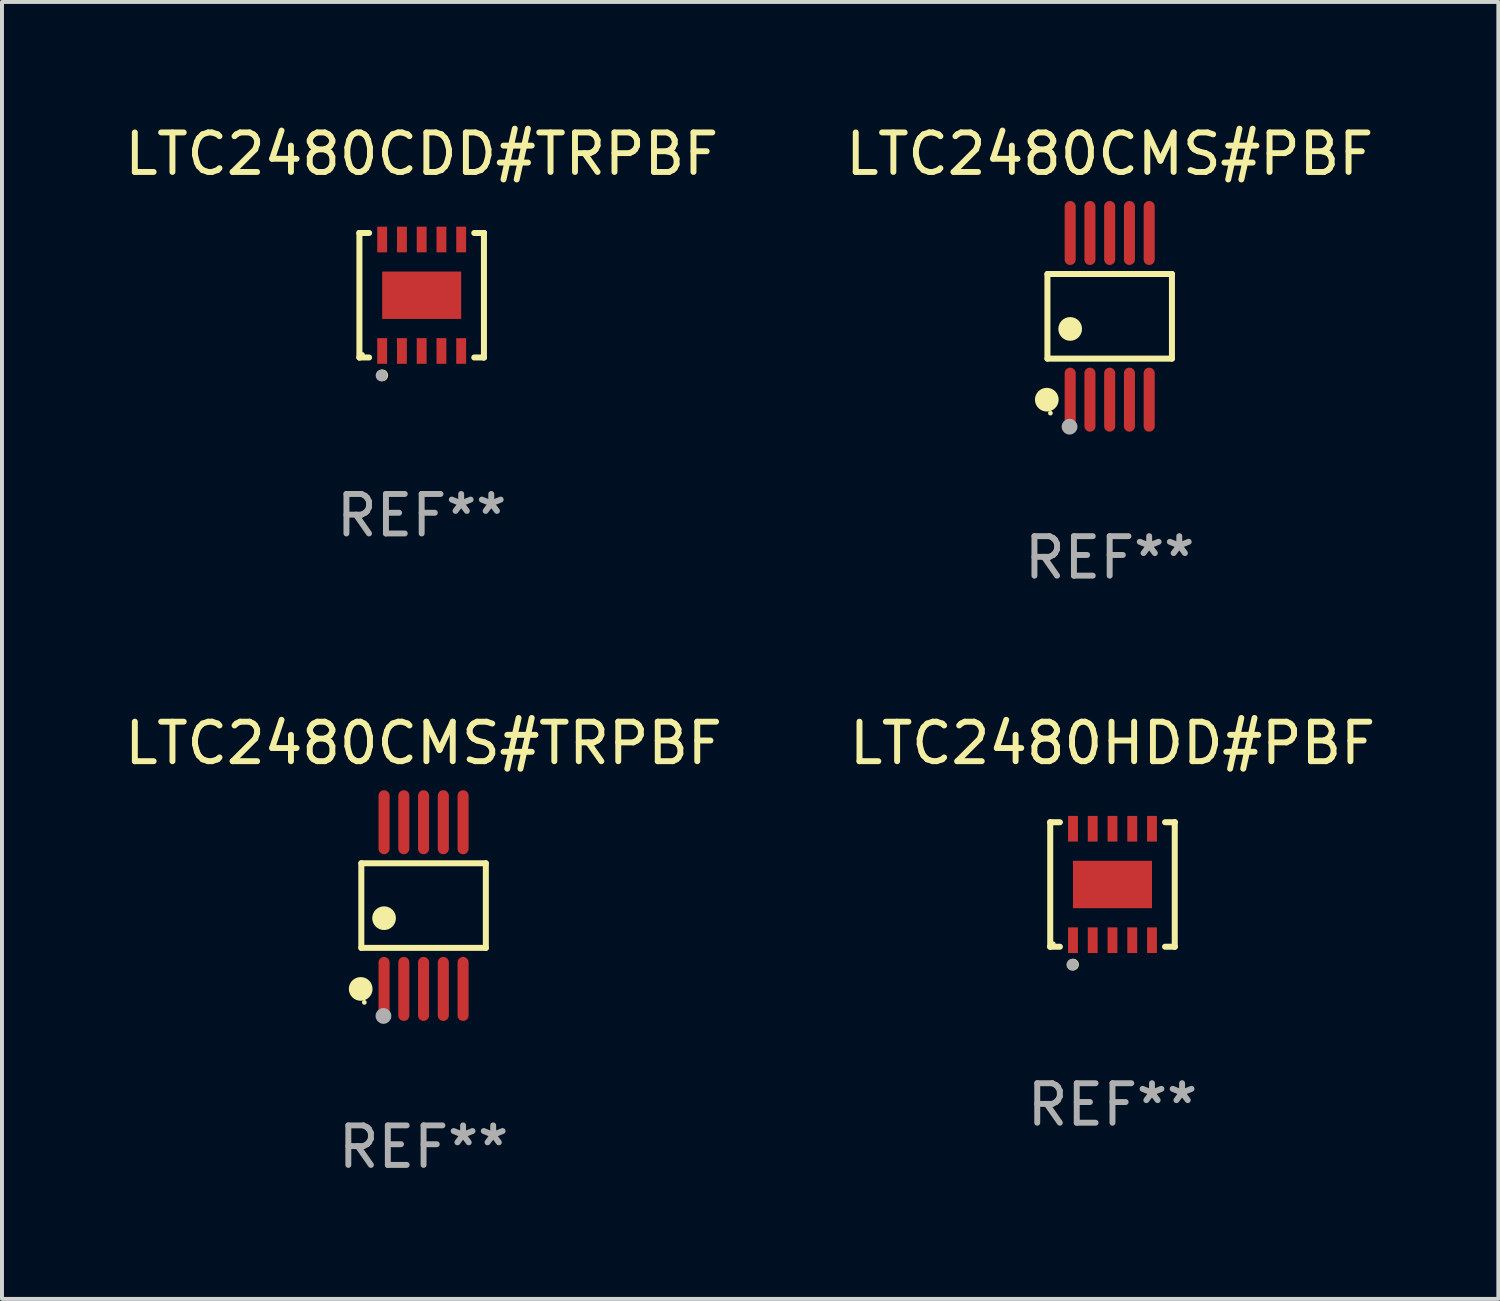
<source format=kicad_pcb>
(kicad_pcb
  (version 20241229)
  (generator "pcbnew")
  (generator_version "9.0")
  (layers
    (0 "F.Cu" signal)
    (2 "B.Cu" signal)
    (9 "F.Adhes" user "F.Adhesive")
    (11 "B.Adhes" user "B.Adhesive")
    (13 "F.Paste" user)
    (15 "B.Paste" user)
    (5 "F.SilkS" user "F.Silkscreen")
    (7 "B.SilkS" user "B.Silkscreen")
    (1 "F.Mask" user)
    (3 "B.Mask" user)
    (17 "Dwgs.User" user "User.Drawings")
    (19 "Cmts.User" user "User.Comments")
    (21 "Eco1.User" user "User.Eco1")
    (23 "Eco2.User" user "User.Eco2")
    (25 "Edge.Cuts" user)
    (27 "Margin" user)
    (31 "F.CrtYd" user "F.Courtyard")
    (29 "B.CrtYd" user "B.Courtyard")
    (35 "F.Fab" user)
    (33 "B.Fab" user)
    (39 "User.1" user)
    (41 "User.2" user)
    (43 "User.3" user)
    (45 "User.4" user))
  (footprint "LTC2480HDD#PBF"
    (layer "F.Cu")
    (at 25.113 19.341)
    (property "Reference" "LTC2480HDD#PBF" (at 0 -3.576 0) (layer "F.SilkS") (effects (font (size 1 1) (thickness 0.15))))
    (attr through_hole)
    (fp_line (start -1.576 -1.576) (end -1.576 -1.576) (stroke (width 0.152) (type solid)) (layer "F.SilkS"))
    (fp_line (start -1.576 -1.576) (end -1.331 -1.576) (stroke (width 0.152) (type solid)) (layer "F.SilkS"))
    (fp_line (start -1.576 1.576) (end -1.576 -1.576) (stroke (width 0.152) (type solid)) (layer "F.SilkS"))
    (fp_line (start -1.576 1.576) (end -1.576 1.576) (stroke (width 0.152) (type solid)) (layer "F.SilkS"))
    (fp_line (start -1.331 1.576) (end -1.576 1.576) (stroke (width 0.152) (type solid)) (layer "F.SilkS"))
    (fp_line (start 1.331 1.576) (end 1.576 1.576) (stroke (width 0.152) (type solid)) (layer "F.SilkS"))
    (fp_line (start 1.576 -1.576) (end 1.331 -1.576) (stroke (width 0.152) (type solid)) (layer "F.SilkS"))
    (fp_line (start 1.576 -1.576) (end 1.576 -1.576) (stroke (width 0.152) (type solid)) (layer "F.SilkS"))
    (fp_line (start 1.576 1.576) (end 1.576 -1.576) (stroke (width 0.152) (type solid)) (layer "F.SilkS"))
    (fp_line (start 1.576 1.576) (end 1.576 1.576) (stroke (width 0.152) (type solid)) (layer "F.SilkS"))
    (fp_circle (center -1.5 1.5) (end -1.47 1.5) (stroke (width 0.06) (type solid)) (fill no) (layer "F.SilkS"))
    (fp_circle (center -1 2.028) (end -0.925 2.028) (stroke (width 0.15) (type solid)) (fill no) (layer "F.SilkS"))
    (fp_circle (center -1.016 2.032) (end -0.941 2.032) (stroke (width 0.15) (type solid)) (fill no) (layer "F.Fab"))
    (fp_text user "REF**" (at 0 5.576 0) (layer "F.Fab") (effects (font (size 1 1) (thickness 0.15))))
    (pad "1" smd rect (at -1 1.411) (size 0.25 0.65) (layers "F.Cu" "F.Mask" "F.Paste"))
    (pad "2" smd rect (at -0.5 1.411) (size 0.25 0.65) (layers "F.Cu" "F.Mask" "F.Paste"))
    (pad "3" smd rect (at 0 1.411) (size 0.25 0.65) (layers "F.Cu" "F.Mask" "F.Paste"))
    (pad "4" smd rect (at 0.5 1.411) (size 0.25 0.65) (layers "F.Cu" "F.Mask" "F.Paste"))
    (pad "5" smd rect (at 1 1.411) (size 0.25 0.65) (layers "F.Cu" "F.Mask" "F.Paste"))
    (pad "6" smd rect (at 1 -1.411) (size 0.25 0.65) (layers "F.Cu" "F.Mask" "F.Paste"))
    (pad "7" smd rect (at 0.5 -1.411) (size 0.25 0.65) (layers "F.Cu" "F.Mask" "F.Paste"))
    (pad "8" smd rect (at 0 -1.411) (size 0.25 0.65) (layers "F.Cu" "F.Mask" "F.Paste"))
    (pad "9" smd rect (at -0.5 -1.411) (size 0.25 0.65) (layers "F.Cu" "F.Mask" "F.Paste"))
    (pad "10" smd rect (at -1 -1.411) (size 0.25 0.65) (layers "F.Cu" "F.Mask" "F.Paste"))
    (pad "11" smd rect (at 0 0) (size 2 1.2) (layers "F.Cu" "F.Mask" "F.Paste")))
  (footprint "LTC2480CMS#TRPBF"
    (layer "F.Cu")
    (at 7.673 19.875)
    (property "Reference" "LTC2480CMS#TRPBF" (at 0 -4.11 0) (layer "F.SilkS") (effects (font (size 1 1) (thickness 0.15))))
    (attr through_hole)
    (fp_line (start -1.576 -1.071) (end 1.576 -1.071) (stroke (width 0.152) (type solid)) (layer "F.SilkS"))
    (fp_line (start -1.576 1.071) (end -1.576 -1.071) (stroke (width 0.152) (type solid)) (layer "F.SilkS"))
    (fp_line (start 1.576 -1.071) (end 1.576 1.071) (stroke (width 0.152) (type solid)) (layer "F.SilkS"))
    (fp_line (start 1.576 1.071) (end -1.576 1.071) (stroke (width 0.152) (type solid)) (layer "F.SilkS"))
    (fp_circle (center -1.592 2.11) (end -1.442 2.11) (stroke (width 0.3) (type solid)) (fill no) (layer "F.SilkS"))
    (fp_circle (center -1.5 2.45) (end -1.47 2.45) (stroke (width 0.06) (type solid)) (fill no) (layer "F.SilkS"))
    (fp_circle (center -1 0.319) (end -0.85 0.319) (stroke (width 0.3) (type solid)) (fill no) (layer "F.SilkS"))
    (fp_circle (center -1.016 2.794) (end -0.916 2.794) (stroke (width 0.2) (type solid)) (fill no) (layer "F.Fab"))
    (fp_text user "REF**" (at 0 6.11 0) (layer "F.Fab") (effects (font (size 1 1) (thickness 0.15))))
    (pad "1" smd oval (at -1 2.11) (size 0.28 1.62) (layers "F.Cu" "F.Mask" "F.Paste"))
    (pad "2" smd oval (at -0.5 2.11) (size 0.28 1.62) (layers "F.Cu" "F.Mask" "F.Paste"))
    (pad "3" smd oval (at 0 2.11) (size 0.28 1.62) (layers "F.Cu" "F.Mask" "F.Paste"))
    (pad "4" smd oval (at 0.5 2.11) (size 0.28 1.62) (layers "F.Cu" "F.Mask" "F.Paste"))
    (pad "5" smd oval (at 1 2.11) (size 0.28 1.62) (layers "F.Cu" "F.Mask" "F.Paste"))
    (pad "6" smd oval (at 1 -2.11) (size 0.28 1.62) (layers "F.Cu" "F.Mask" "F.Paste"))
    (pad "7" smd oval (at 0.5 -2.11) (size 0.28 1.62) (layers "F.Cu" "F.Mask" "F.Paste"))
    (pad "8" smd oval (at 0 -2.11) (size 0.28 1.62) (layers "F.Cu" "F.Mask" "F.Paste"))
    (pad "9" smd oval (at -0.5 -2.11) (size 0.28 1.62) (layers "F.Cu" "F.Mask" "F.Paste"))
    (pad "10" smd oval (at -1 -2.11) (size 0.28 1.62) (layers "F.Cu" "F.Mask" "F.Paste")))
  (footprint "LTC2480CDD#TRPBF"
    (layer "F.Cu")
    (at 7.625 4.424)
    (property "Reference" "LTC2480CDD#TRPBF" (at 0 -3.576 0) (layer "F.SilkS") (effects (font (size 1 1) (thickness 0.15))))
    (attr through_hole)
    (fp_line (start -1.576 -1.576) (end -1.576 -1.576) (stroke (width 0.152) (type solid)) (layer "F.SilkS"))
    (fp_line (start -1.576 -1.576) (end -1.331 -1.576) (stroke (width 0.152) (type solid)) (layer "F.SilkS"))
    (fp_line (start -1.576 1.576) (end -1.576 -1.576) (stroke (width 0.152) (type solid)) (layer "F.SilkS"))
    (fp_line (start -1.576 1.576) (end -1.576 1.576) (stroke (width 0.152) (type solid)) (layer "F.SilkS"))
    (fp_line (start -1.331 1.576) (end -1.576 1.576) (stroke (width 0.152) (type solid)) (layer "F.SilkS"))
    (fp_line (start 1.331 1.576) (end 1.576 1.576) (stroke (width 0.152) (type solid)) (layer "F.SilkS"))
    (fp_line (start 1.576 -1.576) (end 1.331 -1.576) (stroke (width 0.152) (type solid)) (layer "F.SilkS"))
    (fp_line (start 1.576 -1.576) (end 1.576 -1.576) (stroke (width 0.152) (type solid)) (layer "F.SilkS"))
    (fp_line (start 1.576 1.576) (end 1.576 -1.576) (stroke (width 0.152) (type solid)) (layer "F.SilkS"))
    (fp_line (start 1.576 1.576) (end 1.576 1.576) (stroke (width 0.152) (type solid)) (layer "F.SilkS"))
    (fp_circle (center -1.5 1.5) (end -1.47 1.5) (stroke (width 0.06) (type solid)) (fill no) (layer "F.SilkS"))
    (fp_circle (center -1 2.028) (end -0.925 2.028) (stroke (width 0.15) (type solid)) (fill no) (layer "F.SilkS"))
    (fp_circle (center -1.016 2.032) (end -0.941 2.032) (stroke (width 0.15) (type solid)) (fill no) (layer "F.Fab"))
    (fp_text user "REF**" (at 0 5.576 0) (layer "F.Fab") (effects (font (size 1 1) (thickness 0.15))))
    (pad "1" smd rect (at -1 1.411) (size 0.25 0.65) (layers "F.Cu" "F.Mask" "F.Paste"))
    (pad "2" smd rect (at -0.5 1.411) (size 0.25 0.65) (layers "F.Cu" "F.Mask" "F.Paste"))
    (pad "3" smd rect (at 0 1.411) (size 0.25 0.65) (layers "F.Cu" "F.Mask" "F.Paste"))
    (pad "4" smd rect (at 0.5 1.411) (size 0.25 0.65) (layers "F.Cu" "F.Mask" "F.Paste"))
    (pad "5" smd rect (at 1 1.411) (size 0.25 0.65) (layers "F.Cu" "F.Mask" "F.Paste"))
    (pad "6" smd rect (at 1 -1.411) (size 0.25 0.65) (layers "F.Cu" "F.Mask" "F.Paste"))
    (pad "7" smd rect (at 0.5 -1.411) (size 0.25 0.65) (layers "F.Cu" "F.Mask" "F.Paste"))
    (pad "8" smd rect (at 0 -1.411) (size 0.25 0.65) (layers "F.Cu" "F.Mask" "F.Paste"))
    (pad "9" smd rect (at -0.5 -1.411) (size 0.25 0.65) (layers "F.Cu" "F.Mask" "F.Paste"))
    (pad "10" smd rect (at -1 -1.411) (size 0.25 0.65) (layers "F.Cu" "F.Mask" "F.Paste"))
    (pad "11" smd rect (at 0 0) (size 2 1.2) (layers "F.Cu" "F.Mask" "F.Paste")))
  (footprint "LTC2480CMS#PBF"
    (layer "F.Cu")
    (at 25.042 4.958)
    (property "Reference" "LTC2480CMS#PBF" (at 0 -4.11 0) (layer "F.SilkS") (effects (font (size 1 1) (thickness 0.15))))
    (attr through_hole)
    (fp_line (start -1.576 -1.071) (end 1.576 -1.071) (stroke (width 0.152) (type solid)) (layer "F.SilkS"))
    (fp_line (start -1.576 1.071) (end -1.576 -1.071) (stroke (width 0.152) (type solid)) (layer "F.SilkS"))
    (fp_line (start 1.576 -1.071) (end 1.576 1.071) (stroke (width 0.152) (type solid)) (layer "F.SilkS"))
    (fp_line (start 1.576 1.071) (end -1.576 1.071) (stroke (width 0.152) (type solid)) (layer "F.SilkS"))
    (fp_circle (center -1.592 2.11) (end -1.442 2.11) (stroke (width 0.3) (type solid)) (fill no) (layer "F.SilkS"))
    (fp_circle (center -1.5 2.45) (end -1.47 2.45) (stroke (width 0.06) (type solid)) (fill no) (layer "F.SilkS"))
    (fp_circle (center -1 0.319) (end -0.85 0.319) (stroke (width 0.3) (type solid)) (fill no) (layer "F.SilkS"))
    (fp_circle (center -1.016 2.794) (end -0.916 2.794) (stroke (width 0.2) (type solid)) (fill no) (layer "F.Fab"))
    (fp_text user "REF**" (at 0 6.11 0) (layer "F.Fab") (effects (font (size 1 1) (thickness 0.15))))
    (pad "1" smd oval (at -1 2.11) (size 0.28 1.62) (layers "F.Cu" "F.Mask" "F.Paste"))
    (pad "2" smd oval (at -0.5 2.11) (size 0.28 1.62) (layers "F.Cu" "F.Mask" "F.Paste"))
    (pad "3" smd oval (at 0 2.11) (size 0.28 1.62) (layers "F.Cu" "F.Mask" "F.Paste"))
    (pad "4" smd oval (at 0.5 2.11) (size 0.28 1.62) (layers "F.Cu" "F.Mask" "F.Paste"))
    (pad "5" smd oval (at 1 2.11) (size 0.28 1.62) (layers "F.Cu" "F.Mask" "F.Paste"))
    (pad "6" smd oval (at 1 -2.11) (size 0.28 1.62) (layers "F.Cu" "F.Mask" "F.Paste"))
    (pad "7" smd oval (at 0.5 -2.11) (size 0.28 1.62) (layers "F.Cu" "F.Mask" "F.Paste"))
    (pad "8" smd oval (at 0 -2.11) (size 0.28 1.62) (layers "F.Cu" "F.Mask" "F.Paste"))
    (pad "9" smd oval (at -0.5 -2.11) (size 0.28 1.62) (layers "F.Cu" "F.Mask" "F.Paste"))
    (pad "10" smd oval (at -1 -2.11) (size 0.28 1.62) (layers "F.Cu" "F.Mask" "F.Paste")))
  (gr_rect
    (start -3 -3)
    (end 34.881 29.833)
    (stroke (width 0.1) (type default))
    (fill no)
    (layer "Edge.Cuts")))
</source>
